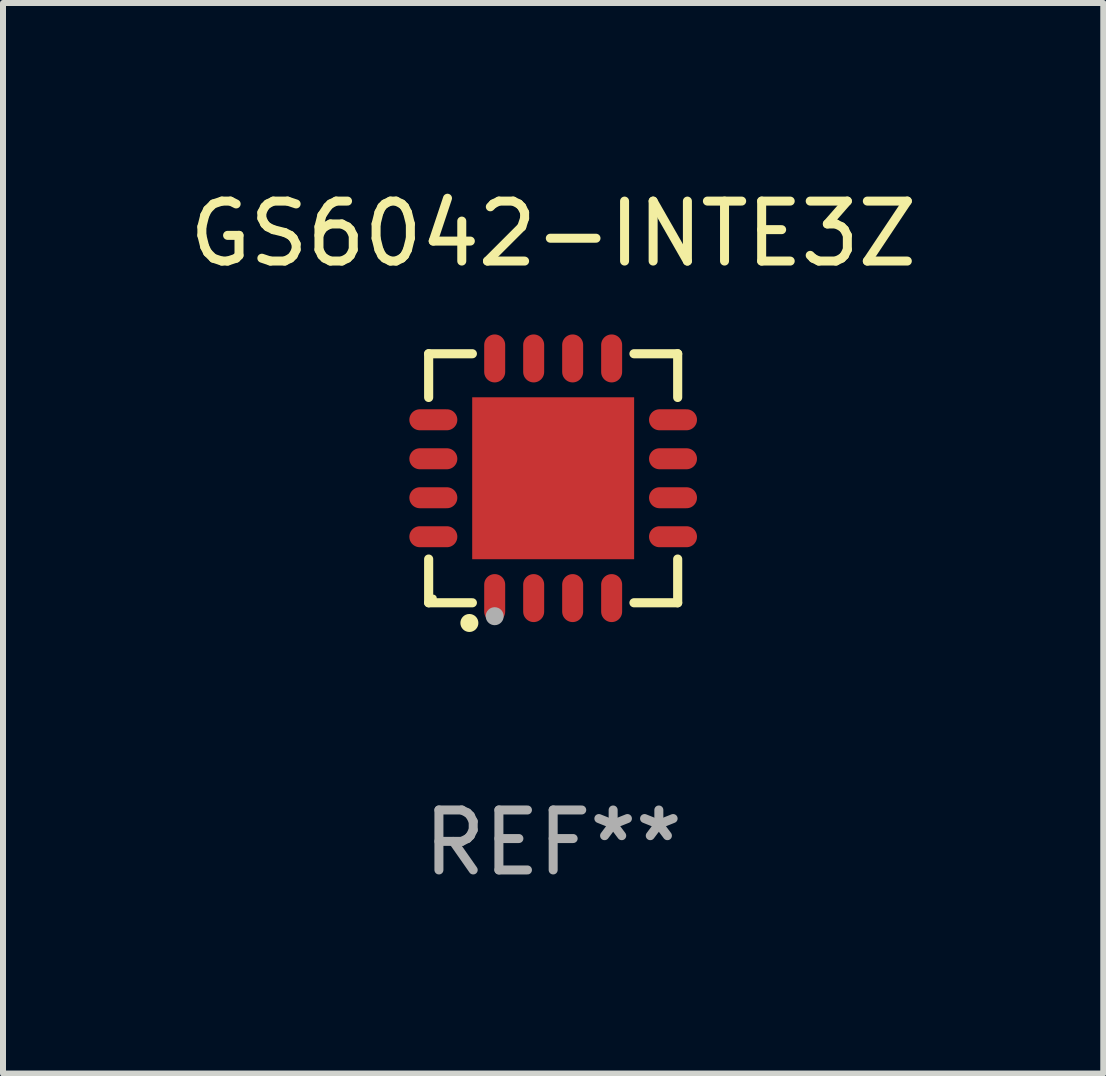
<source format=kicad_pcb>
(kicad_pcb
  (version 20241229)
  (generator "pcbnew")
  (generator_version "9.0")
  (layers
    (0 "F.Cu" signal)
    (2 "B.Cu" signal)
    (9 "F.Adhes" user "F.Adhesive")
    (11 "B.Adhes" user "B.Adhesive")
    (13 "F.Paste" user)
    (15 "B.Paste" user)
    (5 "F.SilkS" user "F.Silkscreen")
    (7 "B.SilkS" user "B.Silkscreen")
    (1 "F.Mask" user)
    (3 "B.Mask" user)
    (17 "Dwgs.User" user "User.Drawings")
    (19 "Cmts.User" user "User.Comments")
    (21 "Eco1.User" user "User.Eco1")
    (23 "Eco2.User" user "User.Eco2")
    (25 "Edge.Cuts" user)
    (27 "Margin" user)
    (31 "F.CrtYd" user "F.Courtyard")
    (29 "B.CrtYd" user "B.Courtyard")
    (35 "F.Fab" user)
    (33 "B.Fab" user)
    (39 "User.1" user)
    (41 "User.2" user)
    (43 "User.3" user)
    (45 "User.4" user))
  (footprint "GS6042-INTE3Z"
    (layer "F.Cu")
    (at 6.173 4.924)
    (property "Reference" "GS6042-INTE3Z" (at 0 -4.076 0) (layer "F.SilkS") (effects (font (size 1 1) (thickness 0.15))))
    (attr through_hole)
    (fp_line (start -2.076 -2.076) (end -1.347 -2.076) (stroke (width 0.152) (type solid)) (layer "F.SilkS"))
    (fp_line (start -2.076 -1.347) (end -2.076 -2.076) (stroke (width 0.152) (type solid)) (layer "F.SilkS"))
    (fp_line (start -2.076 1.347) (end -2.076 2.076) (stroke (width 0.152) (type solid)) (layer "F.SilkS"))
    (fp_line (start -2.076 2.076) (end -1.347 2.076) (stroke (width 0.152) (type solid)) (layer "F.SilkS"))
    (fp_line (start 2.076 -2.076) (end 1.347 -2.076) (stroke (width 0.152) (type solid)) (layer "F.SilkS"))
    (fp_line (start 2.076 -1.347) (end 2.076 -2.076) (stroke (width 0.152) (type solid)) (layer "F.SilkS"))
    (fp_line (start 2.076 1.347) (end 2.076 2.076) (stroke (width 0.152) (type solid)) (layer "F.SilkS"))
    (fp_line (start 2.076 2.076) (end 1.347 2.076) (stroke (width 0.152) (type solid)) (layer "F.SilkS"))
    (fp_circle (center -2 2) (end -1.97 2) (stroke (width 0.06) (type solid)) (fill no) (layer "F.SilkS"))
    (fp_circle (center -1.397 2.413) (end -1.322 2.413) (stroke (width 0.15) (type solid)) (fill no) (layer "F.SilkS"))
    (fp_circle (center -0.975 2.3) (end -0.9 2.3) (stroke (width 0.15) (type solid)) (fill no) (layer "F.Fab"))
    (fp_text user "REF**" (at 0 6.076 0) (layer "F.Fab") (effects (font (size 1 1) (thickness 0.15))))
    (pad "1" smd oval (at -0.975 1.998) (size 0.35 0.8) (layers "F.Cu" "F.Mask" "F.Paste"))
    (pad "2" smd oval (at -0.325 1.998) (size 0.35 0.8) (layers "F.Cu" "F.Mask" "F.Paste"))
    (pad "3" smd oval (at 0.325 1.998) (size 0.35 0.8) (layers "F.Cu" "F.Mask" "F.Paste"))
    (pad "4" smd oval (at 0.975 1.998) (size 0.35 0.8) (layers "F.Cu" "F.Mask" "F.Paste"))
    (pad "5" smd oval (at 1.998 0.975) (size 0.8 0.35) (layers "F.Cu" "F.Mask" "F.Paste"))
    (pad "6" smd oval (at 1.998 0.325) (size 0.8 0.35) (layers "F.Cu" "F.Mask" "F.Paste"))
    (pad "7" smd oval (at 1.998 -0.325) (size 0.8 0.35) (layers "F.Cu" "F.Mask" "F.Paste"))
    (pad "8" smd oval (at 1.998 -0.975) (size 0.8 0.35) (layers "F.Cu" "F.Mask" "F.Paste"))
    (pad "9" smd oval (at 0.975 -1.998) (size 0.35 0.8) (layers "F.Cu" "F.Mask" "F.Paste"))
    (pad "10" smd oval (at 0.325 -1.998) (size 0.35 0.8) (layers "F.Cu" "F.Mask" "F.Paste"))
    (pad "11" smd oval (at -0.325 -1.998) (size 0.35 0.8) (layers "F.Cu" "F.Mask" "F.Paste"))
    (pad "12" smd oval (at -0.975 -1.998) (size 0.35 0.8) (layers "F.Cu" "F.Mask" "F.Paste"))
    (pad "13" smd oval (at -1.998 -0.975) (size 0.8 0.35) (layers "F.Cu" "F.Mask" "F.Paste"))
    (pad "14" smd oval (at -1.998 -0.325) (size 0.8 0.35) (layers "F.Cu" "F.Mask" "F.Paste"))
    (pad "15" smd oval (at -1.998 0.325) (size 0.8 0.35) (layers "F.Cu" "F.Mask" "F.Paste"))
    (pad "16" smd oval (at -1.998 0.975) (size 0.8 0.35) (layers "F.Cu" "F.Mask" "F.Paste"))
    (pad "17" smd rect (at 0 0) (size 2.7 2.7) (layers "F.Cu" "F.Mask" "F.Paste")))
  (gr_rect
    (start -3 -3)
    (end 15.345 14.849)
    (stroke (width 0.1) (type default))
    (fill no)
    (layer "Edge.Cuts")))
</source>
